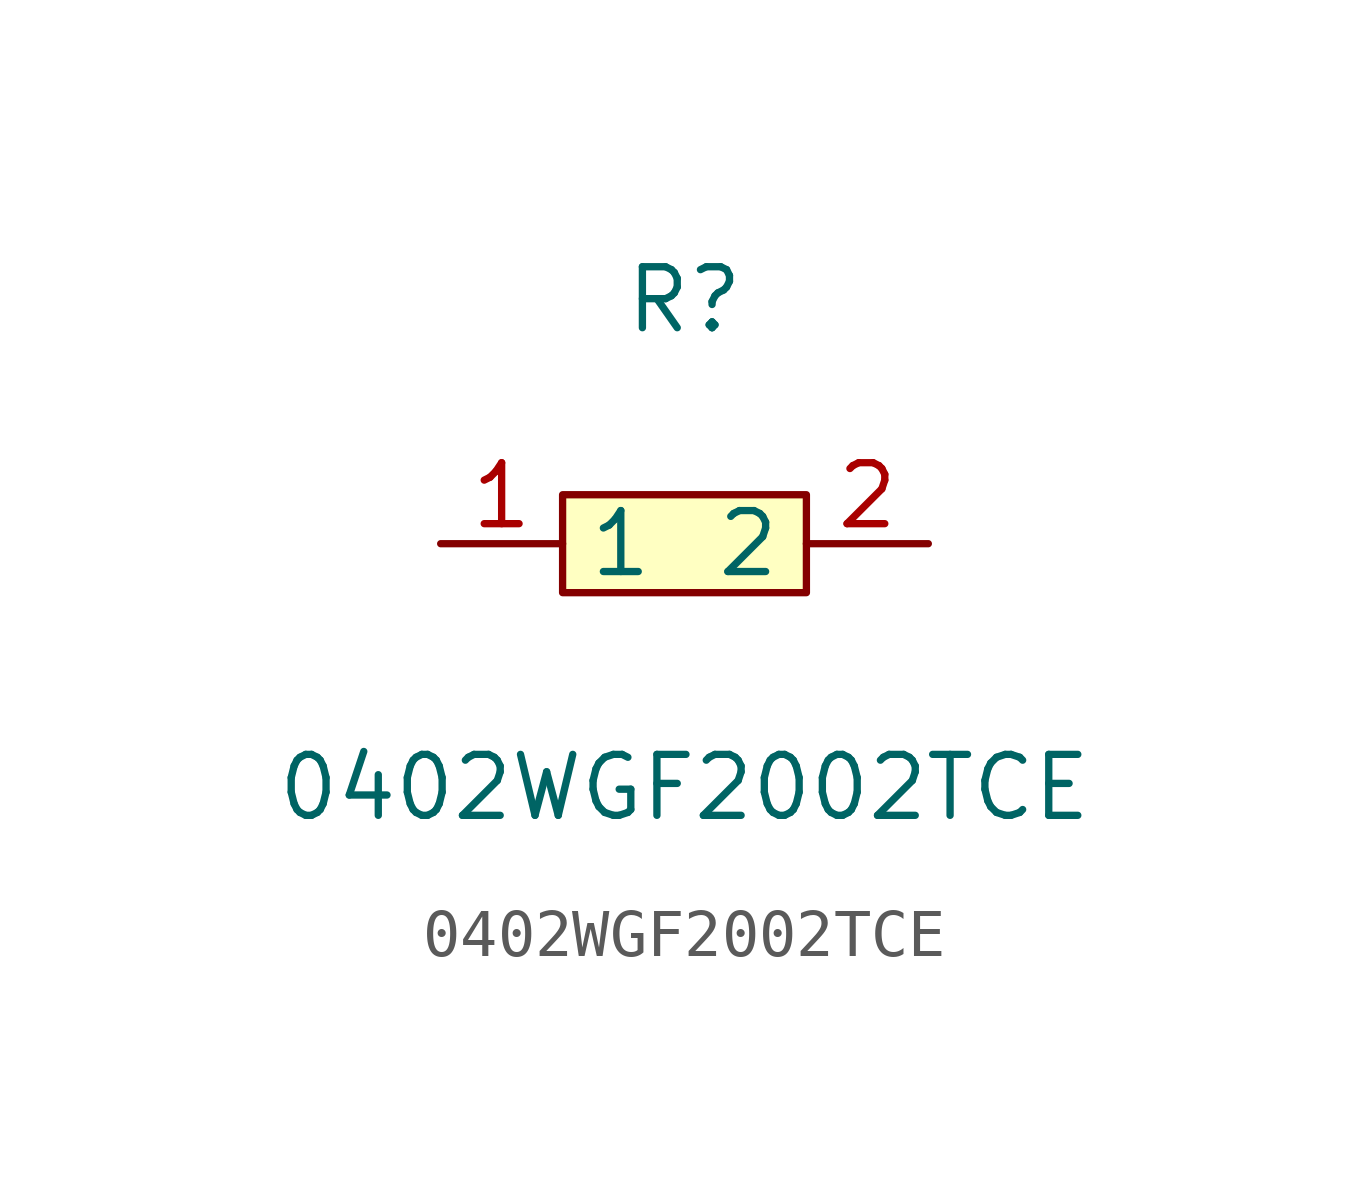
<source format=kicad_sym>
(kicad_symbol_lib
  (version 1)
  (generator "faebryk")
  (symbol "0402WGF2002TCE"
    (property "Reference" "R"
      (at 0 5.08 0)
      (effects (font (size 1.27 1.27)) (hide no)))
    (property "Value" "0402WGF2002TCE"
      (at 0 -5.08 0)
      (effects (font (size 1.27 1.27)) (hide no)))
    (symbol "0402WGF2002TCE_0_1"
      (rectangle (start -2.54 1.02) (end 2.54 -1.02) (stroke (width 0) (type default) (color 0 0 0 0)) (fill (type background)))
      (pin input line (at 5.08 0 180) (length 2.54) (name "2" (effects (font (size 1.27 1.27)) (hide no))) (number "2" (effects (font (size 1.27 1.27)) (hide no))))
      (pin input line (at -5.08 0 0) (length 2.54) (name "1" (effects (font (size 1.27 1.27)) (hide no))) (number "1" (effects (font (size 1.27 1.27)) (hide no)))))))
</source>
